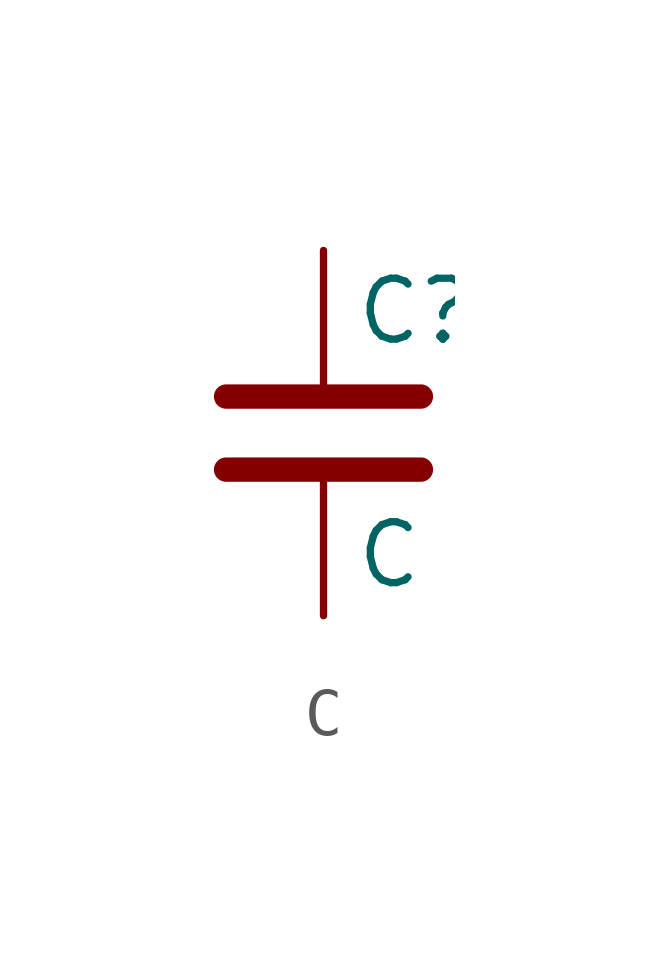
<source format=kicad_sym>
(kicad_symbol_lib
  (version 20201005)
  (generator kicad_symbol_editor)
  (symbol "rectifier_schlib:C"
    (pin_numbers hide)
    (pin_names
      (offset 0.254))
    (property "Reference" "C"
      (at 0.635 2.54 0)
      (effects (font (size 1.27 1.27)) (justify left)))
    (property "Value" "C"
      (at 0.635 -2.54 0)
      (effects (font (size 1.27 1.27)) (justify left)))
    (property "Footprint" ""
      (at 0.965 -3.81 0)
      (effects (font (size 1.27 1.27))))
    (property "Datasheet" ""
      (at 0 0 0)
      (effects (font (size 1.27 1.27))))
    (symbol "C_0_1"
      (polyline (pts (xy -2.032 -0.762) (xy 2.032 -0.762)) (stroke (width 0.508)) (fill (type none)))
      (polyline (pts (xy -2.032 0.762) (xy 2.032 0.762)) (stroke (width 0.508)) (fill (type none))))
    (symbol "C_1_1"
      (pin passive line (at 0 3.81 270) (length 2.794) (name "~" (effects (font (size 1.016 1.016)))) (number "1" (effects (font (size 1.016 1.016)))))
      (pin passive line (at 0 -3.81 90) (length 2.794) (name "~" (effects (font (size 1.016 1.016)))) (number "2" (effects (font (size 1.016 1.016))))))))
</source>
